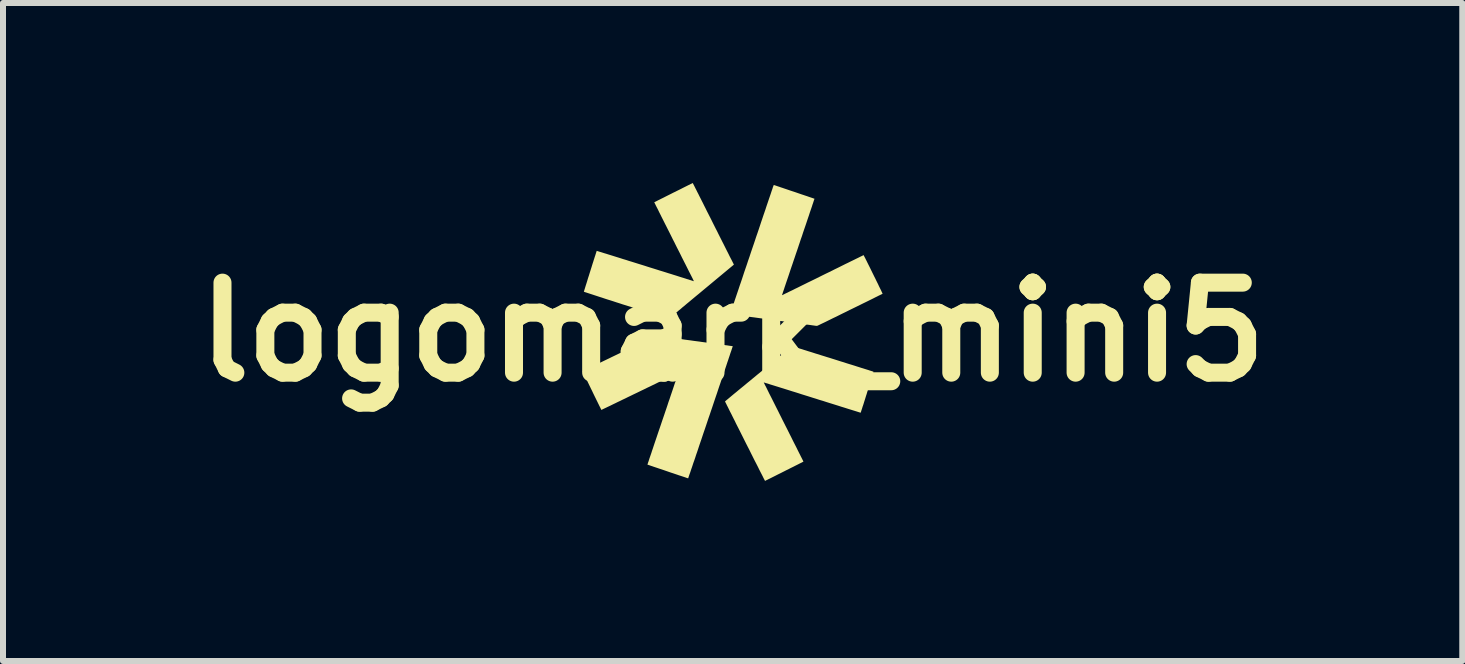
<source format=kicad_pcb>
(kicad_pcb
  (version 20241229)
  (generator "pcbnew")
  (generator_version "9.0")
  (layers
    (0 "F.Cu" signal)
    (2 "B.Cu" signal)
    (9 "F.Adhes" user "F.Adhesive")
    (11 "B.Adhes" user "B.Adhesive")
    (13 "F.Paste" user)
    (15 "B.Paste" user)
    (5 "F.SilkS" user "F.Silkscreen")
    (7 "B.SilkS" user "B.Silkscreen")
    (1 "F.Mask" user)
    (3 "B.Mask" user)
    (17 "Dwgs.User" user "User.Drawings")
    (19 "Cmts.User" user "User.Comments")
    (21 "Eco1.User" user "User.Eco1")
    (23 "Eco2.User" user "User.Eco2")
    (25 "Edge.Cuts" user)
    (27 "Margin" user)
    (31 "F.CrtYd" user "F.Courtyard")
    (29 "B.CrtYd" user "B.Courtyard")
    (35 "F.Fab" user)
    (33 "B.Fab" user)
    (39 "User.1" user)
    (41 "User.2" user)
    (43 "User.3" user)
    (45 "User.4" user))
  (footprint "logomark_mini5"
    (layer "F.Cu")
    (at 9.157 2.481)
    (property "Reference" "logomark_mini5" (at 0 0 0) (layer "F.SilkS") (effects (font (size 1.5 1.5) (thickness 0.3))))
    (attr board_only exclude_from_pos_files exclude_from_bom)
    (fp_poly (pts (xy -0.663 -2.479) (xy -0.66 -2.473) (xy -0.655 -2.463) (xy -0.648 -2.449) (xy -0.639 -2.432) (xy -0.629 -2.412) (xy -0.617 -2.388) (xy -0.603 -2.361) (xy -0.589 -2.332) (xy -0.572 -2.3) (xy -0.555 -2.265) (xy -0.536 -2.228) (xy -0.516 -2.188) (xy -0.495 -2.147) (xy -0.474 -2.104) (xy -0.451 -2.059) (xy -0.428 -2.012) (xy -0.404 -1.965) (xy -0.379 -1.916) (xy -0.36 -1.879) (xy -0.335 -1.828) (xy -0.31 -1.778) (xy -0.285 -1.728) (xy -0.26 -1.68) (xy -0.237 -1.633) (xy -0.214 -1.587) (xy -0.191 -1.542) (xy -0.17 -1.5) (xy -0.149 -1.459) (xy -0.13 -1.421) (xy -0.112 -1.385) (xy -0.095 -1.351) (xy -0.079 -1.32) (xy -0.065 -1.292) (xy -0.053 -1.267) (xy -0.042 -1.246) (xy -0.033 -1.228) (xy -0.025 -1.214) (xy -0.02 -1.203) (xy -0.018 -1.2) (xy 0.021 -1.122) (xy -0.518 -0.674) (xy -0.562 -0.637) (xy -0.605 -0.602) (xy -0.647 -0.567) (xy -0.688 -0.533) (xy -0.727 -0.5) (xy -0.765 -0.469) (xy -0.801 -0.438) (xy -0.836 -0.41) (xy -0.868 -0.382) (xy -0.899 -0.357) (xy -0.927 -0.333) (xy -0.954 -0.311) (xy -0.977 -0.292) (xy -0.999 -0.274) (xy -1.017 -0.259) (xy -1.033 -0.246) (xy -1.045 -0.235) (xy -1.054 -0.228) (xy -1.061 -0.222) (xy -1.063 -0.22) (xy -1.063 -0.22) (xy -1.069 -0.215) (xy -1.774 -0.442) (xy -1.83 -0.459) (xy -1.884 -0.477) (xy -1.938 -0.494) (xy -1.989 -0.511) (xy -2.039 -0.527) (xy -2.088 -0.542) (xy -2.134 -0.557) (xy -2.178 -0.572) (xy -2.22 -0.585) (xy -2.259 -0.598) (xy -2.296 -0.61) (xy -2.329 -0.621) (xy -2.36 -0.631) (xy -2.388 -0.64) (xy -2.412 -0.648) (xy -2.433 -0.655) (xy -2.45 -0.66) (xy -2.463 -0.665) (xy -2.473 -0.668) (xy -2.478 -0.67) (xy -2.479 -0.67) (xy -2.478 -0.673) (xy -2.476 -0.68) (xy -2.473 -0.69) (xy -2.469 -0.704) (xy -2.463 -0.722) (xy -2.457 -0.742) (xy -2.45 -0.765) (xy -2.442 -0.79) (xy -2.433 -0.818) (xy -2.424 -0.847) (xy -2.415 -0.878) (xy -2.405 -0.91) (xy -2.394 -0.943) (xy -2.384 -0.976) (xy -2.373 -1.01) (xy -2.363 -1.043) (xy -2.352 -1.077) (xy -2.342 -1.11) (xy -2.332 -1.142) (xy -2.322 -1.172) (xy -2.313 -1.202) (xy -2.304 -1.229) (xy -2.296 -1.255) (xy -2.288 -1.278) (xy -2.282 -1.298) (xy -2.276 -1.316) (xy -2.272 -1.33) (xy -2.268 -1.341) (xy -2.266 -1.348) (xy -2.265 -1.351) (xy -2.265 -1.351) (xy -2.262 -1.35) (xy -2.256 -1.349) (xy -2.245 -1.345) (xy -2.231 -1.341) (xy -2.213 -1.335) (xy -2.191 -1.329) (xy -2.166 -1.321) (xy -2.138 -1.312) (xy -2.107 -1.303) (xy -2.073 -1.292) (xy -2.037 -1.281) (xy -1.998 -1.269) (xy -1.957 -1.256) (xy -1.915 -1.243) (xy -1.87 -1.229) (xy -1.824 -1.214) (xy -1.776 -1.2) (xy -1.728 -1.184) (xy -1.678 -1.169) (xy -1.627 -1.153) (xy -1.576 -1.137) (xy -1.524 -1.121) (xy -1.472 -1.105) (xy -1.42 -1.088) (xy -1.369 -1.072) (xy -1.317 -1.056) (xy -1.266 -1.04) (xy -1.216 -1.024) (xy -1.166 -1.009) (xy -1.118 -0.994) (xy -1.071 -0.979) (xy -1.025 -0.965) (xy -0.981 -0.951) (xy -0.939 -0.938) (xy -0.899 -0.925) (xy -0.861 -0.913) (xy -0.825 -0.902) (xy -0.793 -0.892) (xy -0.763 -0.882) (xy -0.735 -0.874) (xy -0.712 -0.866) (xy -0.691 -0.86) (xy -0.674 -0.854) (xy -0.661 -0.85) (xy -0.652 -0.847) (xy -0.647 -0.845) (xy -0.647 -0.847) (xy -0.649 -0.853) (xy -0.653 -0.861) (xy -0.658 -0.872) (xy -0.665 -0.886) (xy -0.672 -0.901) (xy -0.676 -0.908) (xy -0.682 -0.92) (xy -0.69 -0.936) (xy -0.7 -0.955) (xy -0.711 -0.977) (xy -0.724 -1.002) (xy -0.738 -1.03) (xy -0.753 -1.06) (xy -0.769 -1.092) (xy -0.786 -1.126) (xy -0.805 -1.163) (xy -0.824 -1.201) (xy -0.844 -1.24) (xy -0.864 -1.281) (xy -0.885 -1.323) (xy -0.907 -1.366) (xy -0.929 -1.409) (xy -0.951 -1.453) (xy -0.973 -1.498) (xy -0.996 -1.542) (xy -1.018 -1.587) (xy -1.04 -1.631) (xy -1.062 -1.675) (xy -1.084 -1.718) (xy -1.105 -1.76) (xy -1.126 -1.801) (xy -1.146 -1.841) (xy -1.165 -1.879) (xy -1.184 -1.916) (xy -1.201 -1.951) (xy -1.218 -1.984) (xy -1.233 -2.015) (xy -1.247 -2.044) (xy -1.26 -2.069) (xy -1.272 -2.092) (xy -1.282 -2.112) (xy -1.29 -2.129) (xy -1.297 -2.143) (xy -1.302 -2.152) (xy -1.305 -2.158) (xy -1.306 -2.161) (xy -1.303 -2.162) (xy -1.297 -2.165) (xy -1.287 -2.17) (xy -1.274 -2.177) (xy -1.258 -2.185) (xy -1.239 -2.195) (xy -1.217 -2.206) (xy -1.193 -2.218) (xy -1.168 -2.23) (xy -1.14 -2.244) (xy -1.111 -2.259) (xy -1.081 -2.274) (xy -1.051 -2.289) (xy -1.019 -2.305) (xy -0.988 -2.321) (xy -0.956 -2.336) (xy -0.925 -2.352) (xy -0.894 -2.367) (xy -0.864 -2.382) (xy -0.835 -2.397) (xy -0.807 -2.411) (xy -0.781 -2.424) (xy -0.757 -2.436) (xy -0.735 -2.447) (xy -0.715 -2.456) (xy -0.699 -2.465) (xy -0.685 -2.471) (xy -0.674 -2.477) (xy -0.667 -2.48) (xy -0.664 -2.481) (xy -0.664 -2.481)) (stroke (width 0) (type solid)) (fill yes) (layer "F.SilkS"))
    (fp_poly (pts (xy 0.999 0.24) (xy 1.006 0.242) (xy 1.017 0.245) (xy 1.032 0.25) (xy 1.051 0.256) (xy 1.073 0.262) (xy 1.098 0.27) (xy 1.126 0.279) (xy 1.157 0.288) (xy 1.19 0.299) (xy 1.226 0.31) (xy 1.263 0.322) (xy 1.303 0.334) (xy 1.344 0.347) (xy 1.387 0.361) (xy 1.432 0.374) (xy 1.477 0.389) (xy 1.523 0.403) (xy 1.57 0.418) (xy 1.617 0.432) (xy 1.664 0.447) (xy 1.712 0.462) (xy 1.759 0.477) (xy 1.806 0.492) (xy 1.853 0.506) (xy 1.898 0.521) (xy 1.943 0.535) (xy 1.986 0.548) (xy 2.028 0.561) (xy 2.068 0.574) (xy 2.106 0.586) (xy 2.143 0.598) (xy 2.177 0.608) (xy 2.208 0.618) (xy 2.237 0.627) (xy 2.263 0.635) (xy 2.286 0.643) (xy 2.306 0.649) (xy 2.322 0.654) (xy 2.334 0.658) (xy 2.342 0.661) (xy 2.346 0.662) (xy 2.347 0.662) (xy 2.346 0.665) (xy 2.345 0.671) (xy 2.342 0.682) (xy 2.338 0.696) (xy 2.332 0.713) (xy 2.326 0.733) (xy 2.319 0.756) (xy 2.312 0.781) (xy 2.303 0.809) (xy 2.294 0.838) (xy 2.285 0.868) (xy 2.275 0.9) (xy 2.264 0.933) (xy 2.254 0.966) (xy 2.243 1) (xy 2.233 1.034) (xy 2.222 1.067) (xy 2.212 1.1) (xy 2.202 1.132) (xy 2.192 1.163) (xy 2.183 1.193) (xy 2.174 1.221) (xy 2.165 1.246) (xy 2.158 1.27) (xy 2.151 1.291) (xy 2.145 1.309) (xy 2.141 1.323) (xy 2.137 1.335) (xy 2.134 1.342) (xy 2.133 1.345) (xy 2.133 1.346) (xy 2.13 1.345) (xy 2.124 1.343) (xy 2.113 1.34) (xy 2.098 1.335) (xy 2.079 1.329) (xy 2.057 1.322) (xy 2.031 1.314) (xy 2.002 1.305) (xy 1.97 1.295) (xy 1.934 1.284) (xy 1.896 1.272) (xy 1.855 1.259) (xy 1.812 1.246) (xy 1.766 1.231) (xy 1.718 1.216) (xy 1.667 1.2) (xy 1.615 1.184) (xy 1.561 1.167) (xy 1.506 1.149) (xy 1.448 1.132) (xy 1.39 1.113) (xy 1.331 1.095) (xy 1.325 1.093) (xy 1.265 1.074) (xy 1.207 1.056) (xy 1.149 1.038) (xy 1.094 1.02) (xy 1.04 1.003) (xy 0.987 0.987) (xy 0.937 0.971) (xy 0.889 0.956) (xy 0.842 0.941) (xy 0.799 0.928) (xy 0.758 0.915) (xy 0.719 0.903) (xy 0.684 0.892) (xy 0.651 0.882) (xy 0.622 0.873) (xy 0.596 0.864) (xy 0.573 0.857) (xy 0.554 0.852) (xy 0.539 0.847) (xy 0.528 0.844) (xy 0.521 0.841) (xy 0.518 0.841) (xy 0.518 0.841) (xy 0.519 0.843) (xy 0.522 0.849) (xy 0.527 0.859) (xy 0.534 0.873) (xy 0.542 0.89) (xy 0.553 0.91) (xy 0.565 0.934) (xy 0.578 0.961) (xy 0.593 0.991) (xy 0.609 1.024) (xy 0.627 1.059) (xy 0.646 1.096) (xy 0.666 1.136) (xy 0.687 1.178) (xy 0.709 1.222) (xy 0.732 1.268) (xy 0.756 1.315) (xy 0.78 1.364) (xy 0.806 1.415) (xy 0.831 1.466) (xy 0.849 1.501) (xy 0.875 1.553) (xy 0.901 1.604) (xy 0.926 1.654) (xy 0.95 1.702) (xy 0.974 1.749) (xy 0.996 1.794) (xy 1.018 1.838) (xy 1.039 1.879) (xy 1.059 1.918) (xy 1.077 1.955) (xy 1.094 1.989) (xy 1.11 2.021) (xy 1.125 2.05) (xy 1.137 2.075) (xy 1.149 2.098) (xy 1.159 2.118) (xy 1.167 2.134) (xy 1.173 2.146) (xy 1.177 2.155) (xy 1.179 2.16) (xy 1.18 2.161) (xy 1.177 2.162) (xy 1.171 2.165) (xy 1.161 2.17) (xy 1.148 2.177) (xy 1.132 2.185) (xy 1.113 2.194) (xy 1.092 2.205) (xy 1.068 2.217) (xy 1.042 2.23) (xy 1.015 2.244) (xy 0.986 2.258) (xy 0.956 2.273) (xy 0.926 2.289) (xy 0.894 2.304) (xy 0.863 2.32) (xy 0.831 2.336) (xy 0.8 2.352) (xy 0.769 2.367) (xy 0.739 2.382) (xy 0.71 2.397) (xy 0.682 2.411) (xy 0.656 2.424) (xy 0.632 2.436) (xy 0.61 2.447) (xy 0.591 2.456) (xy 0.574 2.465) (xy 0.56 2.471) (xy 0.55 2.477) (xy 0.543 2.48) (xy 0.54 2.481) (xy 0.54 2.481) (xy 0.538 2.479) (xy 0.535 2.473) (xy 0.53 2.463) (xy 0.523 2.45) (xy 0.514 2.433) (xy 0.504 2.412) (xy 0.492 2.388) (xy 0.478 2.361) (xy 0.463 2.332) (xy 0.446 2.299) (xy 0.429 2.264) (xy 0.41 2.226) (xy 0.39 2.187) (xy 0.368 2.145) (xy 0.346 2.101) (xy 0.323 2.055) (xy 0.299 2.007) (xy 0.275 1.958) (xy 0.249 1.908) (xy 0.223 1.857) (xy 0.205 1.821) (xy 0.179 1.769) (xy 0.153 1.717) (xy 0.128 1.667) (xy 0.104 1.619) (xy 0.08 1.572) (xy 0.057 1.527) (xy 0.036 1.483) (xy 0.015 1.442) (xy -0.005 1.402) (xy -0.023 1.365) (xy -0.041 1.331) (xy -0.057 1.299) (xy -0.071 1.27) (xy -0.084 1.244) (xy -0.096 1.221) (xy -0.105 1.201) (xy -0.114 1.185) (xy -0.12 1.172) (xy -0.124 1.163) (xy -0.127 1.158) (xy -0.127 1.157) (xy -0.125 1.156) (xy -0.12 1.151) (xy -0.111 1.144) (xy -0.1 1.134) (xy -0.085 1.122) (xy -0.067 1.107) (xy -0.047 1.09) (xy -0.023 1.07) (xy 0.002 1.049) (xy 0.03 1.026) (xy 0.061 1.001) (xy 0.093 0.974) (xy 0.127 0.946) (xy 0.164 0.916) (xy 0.202 0.885) (xy 0.241 0.852) (xy 0.282 0.819) (xy 0.324 0.784) (xy 0.367 0.749) (xy 0.411 0.712) (xy 0.431 0.696) (xy 0.485 0.652) (xy 0.536 0.61) (xy 0.583 0.572) (xy 0.627 0.536) (xy 0.667 0.502) (xy 0.705 0.472) (xy 0.74 0.443) (xy 0.772 0.417) (xy 0.801 0.393) (xy 0.827 0.371) (xy 0.852 0.352) (xy 0.873 0.334) (xy 0.893 0.318) (xy 0.91 0.304) (xy 0.926 0.292) (xy 0.939 0.281) (xy 0.951 0.271) (xy 0.961 0.263) (xy 0.97 0.257) (xy 0.977 0.251) (xy 0.983 0.247) (xy 0.987 0.244) (xy 0.991 0.241) (xy 0.993 0.24) (xy 0.995 0.239) (xy 0.996 0.239)) (stroke (width 0) (type solid)) (fill yes) (layer "F.SilkS"))
    (fp_poly (pts (xy -1.274 0.063) (xy -1.267 0.064) (xy -1.256 0.066) (xy -1.241 0.068) (xy -1.222 0.07) (xy -1.199 0.073) (xy -1.174 0.077) (xy -1.145 0.08) (xy -1.114 0.085) (xy -1.08 0.089) (xy -1.044 0.094) (xy -1.006 0.099) (xy -0.965 0.105) (xy -0.923 0.11) (xy -0.88 0.116) (xy -0.836 0.122) (xy -0.79 0.129) (xy -0.744 0.135) (xy -0.697 0.141) (xy -0.65 0.148) (xy -0.603 0.154) (xy -0.556 0.16) (xy -0.51 0.167) (xy -0.464 0.173) (xy -0.419 0.179) (xy -0.375 0.185) (xy -0.332 0.191) (xy -0.291 0.197) (xy -0.251 0.202) (xy -0.214 0.207) (xy -0.179 0.212) (xy -0.146 0.216) (xy -0.116 0.221) (xy -0.089 0.224) (xy -0.065 0.228) (xy -0.044 0.231) (xy -0.027 0.233) (xy -0.013 0.235) (xy -0.004 0.236) (xy 0.001 0.237) (xy 0.002 0.237) (xy 0.001 0.239) (xy -0.001 0.246) (xy -0.004 0.256) (xy -0.009 0.271) (xy -0.015 0.289) (xy -0.022 0.311) (xy -0.031 0.336) (xy -0.041 0.365) (xy -0.051 0.397) (xy -0.063 0.432) (xy -0.075 0.469) (xy -0.089 0.509) (xy -0.103 0.552) (xy -0.118 0.597) (xy -0.134 0.644) (xy -0.151 0.693) (xy -0.168 0.744) (xy -0.186 0.797) (xy -0.204 0.851) (xy -0.223 0.906) (xy -0.242 0.963) (xy -0.261 1.021) (xy -0.281 1.079) (xy -0.301 1.138) (xy -0.321 1.198) (xy -0.341 1.258) (xy -0.362 1.319) (xy -0.382 1.379) (xy -0.403 1.439) (xy -0.423 1.499) (xy -0.443 1.559) (xy -0.463 1.618) (xy -0.483 1.676) (xy -0.502 1.733) (xy -0.521 1.79) (xy -0.54 1.845) (xy -0.558 1.898) (xy -0.575 1.95) (xy -0.592 2.001) (xy -0.609 2.049) (xy -0.624 2.096) (xy -0.639 2.14) (xy -0.654 2.181) (xy -0.667 2.221) (xy -0.679 2.257) (xy -0.691 2.291) (xy -0.701 2.322) (xy -0.71 2.349) (xy -0.719 2.373) (xy -0.726 2.394) (xy -0.732 2.411) (xy -0.736 2.424) (xy -0.739 2.433) (xy -0.741 2.438) (xy -0.741 2.439) (xy -0.744 2.439) (xy -0.75 2.436) (xy -0.761 2.433) (xy -0.775 2.428) (xy -0.792 2.422) (xy -0.813 2.415) (xy -0.837 2.407) (xy -0.864 2.398) (xy -0.893 2.389) (xy -0.924 2.378) (xy -0.957 2.367) (xy -0.992 2.355) (xy -1.029 2.343) (xy -1.067 2.33) (xy -1.081 2.325) (xy -1.119 2.312) (xy -1.156 2.299) (xy -1.192 2.287) (xy -1.226 2.276) (xy -1.258 2.265) (xy -1.288 2.255) (xy -1.315 2.246) (xy -1.34 2.237) (xy -1.362 2.23) (xy -1.381 2.223) (xy -1.396 2.218) (xy -1.408 2.214) (xy -1.416 2.211) (xy -1.419 2.21) (xy -1.42 2.21) (xy -1.419 2.208) (xy -1.417 2.201) (xy -1.413 2.191) (xy -1.409 2.176) (xy -1.402 2.158) (xy -1.395 2.136) (xy -1.387 2.11) (xy -1.377 2.082) (xy -1.366 2.05) (xy -1.354 2.015) (xy -1.342 1.977) (xy -1.328 1.937) (xy -1.314 1.894) (xy -1.299 1.849) (xy -1.283 1.802) (xy -1.266 1.752) (xy -1.249 1.701) (xy -1.231 1.648) (xy -1.212 1.593) (xy -1.193 1.537) (xy -1.174 1.48) (xy -1.162 1.445) (xy -1.142 1.387) (xy -1.123 1.33) (xy -1.104 1.275) (xy -1.086 1.221) (xy -1.069 1.168) (xy -1.051 1.118) (xy -1.035 1.069) (xy -1.019 1.022) (xy -1.004 0.978) (xy -0.99 0.936) (xy -0.977 0.897) (xy -0.965 0.86) (xy -0.953 0.827) (xy -0.943 0.796) (xy -0.934 0.768) (xy -0.926 0.744) (xy -0.919 0.724) (xy -0.913 0.707) (xy -0.909 0.694) (xy -0.906 0.685) (xy -0.904 0.68) (xy -0.904 0.679) (xy -0.906 0.68) (xy -0.912 0.683) (xy -0.922 0.688) (xy -0.936 0.694) (xy -0.953 0.703) (xy -0.974 0.713) (xy -0.998 0.724) (xy -1.025 0.737) (xy -1.055 0.752) (xy -1.087 0.767) (xy -1.122 0.784) (xy -1.16 0.803) (xy -1.2 0.822) (xy -1.242 0.842) (xy -1.286 0.864) (xy -1.332 0.886) (xy -1.379 0.909) (xy -1.428 0.932) (xy -1.478 0.957) (xy -1.529 0.981) (xy -1.545 0.989) (xy -1.596 1.014) (xy -1.647 1.038) (xy -1.696 1.062) (xy -1.744 1.085) (xy -1.79 1.108) (xy -1.835 1.129) (xy -1.877 1.15) (xy -1.918 1.169) (xy -1.956 1.188) (xy -1.992 1.205) (xy -2.026 1.222) (xy -2.057 1.237) (xy -2.085 1.25) (xy -2.11 1.262) (xy -2.131 1.272) (xy -2.15 1.281) (xy -2.165 1.288) (xy -2.176 1.294) (xy -2.183 1.297) (xy -2.187 1.299) (xy -2.187 1.299) (xy -2.188 1.297) (xy -2.191 1.291) (xy -2.196 1.281) (xy -2.202 1.268) (xy -2.21 1.252) (xy -2.22 1.233) (xy -2.23 1.212) (xy -2.242 1.188) (xy -2.254 1.163) (xy -2.268 1.135) (xy -2.282 1.106) (xy -2.297 1.076) (xy -2.312 1.045) (xy -2.327 1.014) (xy -2.342 0.982) (xy -2.358 0.95) (xy -2.373 0.919) (xy -2.388 0.888) (xy -2.403 0.857) (xy -2.417 0.828) (xy -2.43 0.8) (xy -2.443 0.774) (xy -2.455 0.749) (xy -2.466 0.727) (xy -2.475 0.707) (xy -2.483 0.69) (xy -2.49 0.676) (xy -2.495 0.665) (xy -2.498 0.658) (xy -2.5 0.655) (xy -2.5 0.654) (xy -2.498 0.653) (xy -2.491 0.65) (xy -2.481 0.645) (xy -2.468 0.638) (xy -2.45 0.63) (xy -2.43 0.62) (xy -2.407 0.609) (xy -2.381 0.596) (xy -2.352 0.582) (xy -2.321 0.567) (xy -2.288 0.551) (xy -2.253 0.534) (xy -2.216 0.516) (xy -2.177 0.497) (xy -2.138 0.478) (xy -2.096 0.458) (xy -2.054 0.438) (xy -2.012 0.417) (xy -1.968 0.396) (xy -1.924 0.375) (xy -1.881 0.354) (xy -1.837 0.332) (xy -1.793 0.311) (xy -1.75 0.291) (xy -1.707 0.27) (xy -1.665 0.25) (xy -1.625 0.23) (xy -1.585 0.211) (xy -1.547 0.193) (xy -1.511 0.175) (xy -1.476 0.159) (xy -1.444 0.143) (xy -1.414 0.128) (xy -1.386 0.115) (xy -1.361 0.103) (xy -1.339 0.092) (xy -1.32 0.083) (xy -1.304 0.076) (xy -1.291 0.07) (xy -1.282 0.066) (xy -1.278 0.063) (xy -1.276 0.063)) (stroke (width 0) (type solid)) (fill yes) (layer "F.SilkS"))
    (fp_poly (pts (xy 0.689 -2.448) (xy 0.695 -2.446) (xy 0.705 -2.443) (xy 0.719 -2.438) (xy 0.737 -2.432) (xy 0.757 -2.425) (xy 0.779 -2.418) (xy 0.804 -2.409) (xy 0.832 -2.4) (xy 0.861 -2.39) (xy 0.891 -2.38) (xy 0.923 -2.369) (xy 0.955 -2.358) (xy 0.988 -2.347) (xy 1.022 -2.336) (xy 1.055 -2.325) (xy 1.089 -2.313) (xy 1.121 -2.302) (xy 1.153 -2.291) (xy 1.184 -2.281) (xy 1.213 -2.271) (xy 1.241 -2.262) (xy 1.266 -2.253) (xy 1.289 -2.245) (xy 1.31 -2.238) (xy 1.328 -2.232) (xy 1.342 -2.227) (xy 1.353 -2.223) (xy 1.36 -2.221) (xy 1.363 -2.22) (xy 1.363 -2.22) (xy 1.363 -2.217) (xy 1.361 -2.211) (xy 1.357 -2.2) (xy 1.352 -2.186) (xy 1.346 -2.167) (xy 1.339 -2.145) (xy 1.33 -2.12) (xy 1.321 -2.091) (xy 1.31 -2.059) (xy 1.298 -2.024) (xy 1.285 -1.986) (xy 1.272 -1.945) (xy 1.257 -1.902) (xy 1.242 -1.857) (xy 1.226 -1.809) (xy 1.209 -1.759) (xy 1.191 -1.707) (xy 1.173 -1.654) (xy 1.155 -1.598) (xy 1.135 -1.542) (xy 1.116 -1.484) (xy 1.096 -1.425) (xy 1.093 -1.415) (xy 1.073 -1.356) (xy 1.053 -1.298) (xy 1.034 -1.241) (xy 1.015 -1.186) (xy 0.997 -1.132) (xy 0.979 -1.08) (xy 0.962 -1.03) (xy 0.946 -0.981) (xy 0.931 -0.936) (xy 0.916 -0.892) (xy 0.902 -0.851) (xy 0.889 -0.813) (xy 0.877 -0.777) (xy 0.866 -0.745) (xy 0.857 -0.716) (xy 0.848 -0.69) (xy 0.84 -0.667) (xy 0.834 -0.648) (xy 0.829 -0.633) (xy 0.825 -0.622) (xy 0.823 -0.615) (xy 0.822 -0.612) (xy 0.822 -0.612) (xy 0.824 -0.613) (xy 0.83 -0.616) (xy 0.84 -0.62) (xy 0.854 -0.627) (xy 0.871 -0.636) (xy 0.892 -0.646) (xy 0.916 -0.657) (xy 0.943 -0.671) (xy 0.973 -0.685) (xy 1.006 -0.701) (xy 1.041 -0.719) (xy 1.079 -0.737) (xy 1.119 -0.757) (xy 1.161 -0.778) (xy 1.206 -0.8) (xy 1.252 -0.823) (xy 1.3 -0.846) (xy 1.349 -0.87) (xy 1.4 -0.895) (xy 1.452 -0.921) (xy 1.5 -0.945) (xy 1.553 -0.971) (xy 1.605 -0.996) (xy 1.656 -1.021) (xy 1.705 -1.046) (xy 1.753 -1.069) (xy 1.799 -1.092) (xy 1.843 -1.114) (xy 1.885 -1.135) (xy 1.925 -1.154) (xy 1.963 -1.173) (xy 1.998 -1.19) (xy 2.031 -1.206) (xy 2.061 -1.221) (xy 2.088 -1.234) (xy 2.112 -1.246) (xy 2.132 -1.256) (xy 2.149 -1.264) (xy 2.163 -1.271) (xy 2.173 -1.276) (xy 2.179 -1.279) (xy 2.181 -1.28) (xy 2.182 -1.279) (xy 2.184 -1.276) (xy 2.187 -1.271) (xy 2.191 -1.263) (xy 2.196 -1.253) (xy 2.203 -1.24) (xy 2.211 -1.225) (xy 2.22 -1.206) (xy 2.231 -1.185) (xy 2.243 -1.16) (xy 2.257 -1.132) (xy 2.273 -1.1) (xy 2.291 -1.064) (xy 2.31 -1.025) (xy 2.331 -0.982) (xy 2.342 -0.96) (xy 2.36 -0.923) (xy 2.378 -0.888) (xy 2.394 -0.854) (xy 2.41 -0.822) (xy 2.425 -0.792) (xy 2.438 -0.763) (xy 2.451 -0.737) (xy 2.463 -0.713) (xy 2.473 -0.693) (xy 2.481 -0.675) (xy 2.488 -0.66) (xy 2.493 -0.649) (xy 2.497 -0.641) (xy 2.498 -0.637) (xy 2.499 -0.637) (xy 2.496 -0.635) (xy 2.49 -0.632) (xy 2.48 -0.627) (xy 2.466 -0.62) (xy 2.449 -0.612) (xy 2.428 -0.602) (xy 2.405 -0.59) (xy 2.378 -0.577) (xy 2.349 -0.562) (xy 2.317 -0.546) (xy 2.282 -0.529) (xy 2.246 -0.511) (xy 2.207 -0.492) (xy 2.166 -0.472) (xy 2.124 -0.451) (xy 2.079 -0.429) (xy 2.034 -0.407) (xy 1.987 -0.384) (xy 1.954 -0.368) (xy 1.89 -0.336) (xy 1.83 -0.307) (xy 1.774 -0.279) (xy 1.722 -0.253) (xy 1.673 -0.23) (xy 1.629 -0.208) (xy 1.588 -0.188) (xy 1.552 -0.17) (xy 1.519 -0.154) (xy 1.491 -0.141) (xy 1.466 -0.129) (xy 1.446 -0.119) (xy 1.429 -0.111) (xy 1.417 -0.106) (xy 1.409 -0.102) (xy 1.405 -0.101) (xy 1.405 -0.101) (xy 1.402 -0.101) (xy 1.395 -0.102) (xy 1.383 -0.103) (xy 1.368 -0.105) (xy 1.348 -0.108) (xy 1.325 -0.111) (xy 1.298 -0.115) (xy 1.268 -0.119) (xy 1.234 -0.123) (xy 1.198 -0.128) (xy 1.159 -0.134) (xy 1.117 -0.139) (xy 1.072 -0.145) (xy 1.026 -0.152) (xy 0.977 -0.158) (xy 0.926 -0.165) (xy 0.873 -0.172) (xy 0.819 -0.18) (xy 0.763 -0.187) (xy 0.706 -0.195) (xy 0.679 -0.199) (xy 0.621 -0.207) (xy 0.565 -0.214) (xy 0.51 -0.222) (xy 0.457 -0.229) (xy 0.406 -0.236) (xy 0.356 -0.243) (xy 0.308 -0.249) (xy 0.263 -0.255) (xy 0.22 -0.261) (xy 0.18 -0.267) (xy 0.142 -0.272) (xy 0.108 -0.277) (xy 0.077 -0.281) (xy 0.048 -0.285) (xy 0.024 -0.288) (xy 0.003 -0.291) (xy -0.014 -0.293) (xy -0.027 -0.295) (xy -0.036 -0.297) (xy -0.041 -0.297) (xy -0.041 -0.297) (xy -0.041 -0.3) (xy -0.039 -0.306) (xy -0.035 -0.317) (xy -0.03 -0.331) (xy -0.024 -0.35) (xy -0.017 -0.372) (xy -0.008 -0.398) (xy 0.002 -0.427) (xy 0.013 -0.46) (xy 0.025 -0.496) (xy 0.038 -0.535) (xy 0.052 -0.576) (xy 0.067 -0.621) (xy 0.083 -0.668) (xy 0.1 -0.718) (xy 0.117 -0.77) (xy 0.136 -0.824) (xy 0.155 -0.88) (xy 0.174 -0.938) (xy 0.194 -0.999) (xy 0.215 -1.06) (xy 0.237 -1.124) (xy 0.258 -1.188) (xy 0.281 -1.254) (xy 0.303 -1.321) (xy 0.303 -1.321) (xy 0.326 -1.389) (xy 0.349 -1.456) (xy 0.371 -1.521) (xy 0.392 -1.585) (xy 0.414 -1.648) (xy 0.435 -1.71) (xy 0.455 -1.77) (xy 0.474 -1.828) (xy 0.493 -1.884) (xy 0.511 -1.938) (xy 0.529 -1.99) (xy 0.546 -2.039) (xy 0.561 -2.086) (xy 0.576 -2.13) (xy 0.59 -2.171) (xy 0.603 -2.21) (xy 0.615 -2.245) (xy 0.626 -2.277) (xy 0.636 -2.306) (xy 0.644 -2.331) (xy 0.651 -2.352) (xy 0.657 -2.369) (xy 0.662 -2.383) (xy 0.665 -2.392) (xy 0.666 -2.397) (xy 0.671 -2.412) (xy 0.676 -2.425) (xy 0.68 -2.435) (xy 0.683 -2.443) (xy 0.685 -2.448) (xy 0.686 -2.449)) (stroke (width 0) (type solid)) (fill yes) (layer "F.SilkS")))
  (gr_rect
    (start -3 -3)
    (end 21.314 7.963)
    (stroke (width 0.1) (type default))
    (fill no)
    (layer "Edge.Cuts")))
</source>
